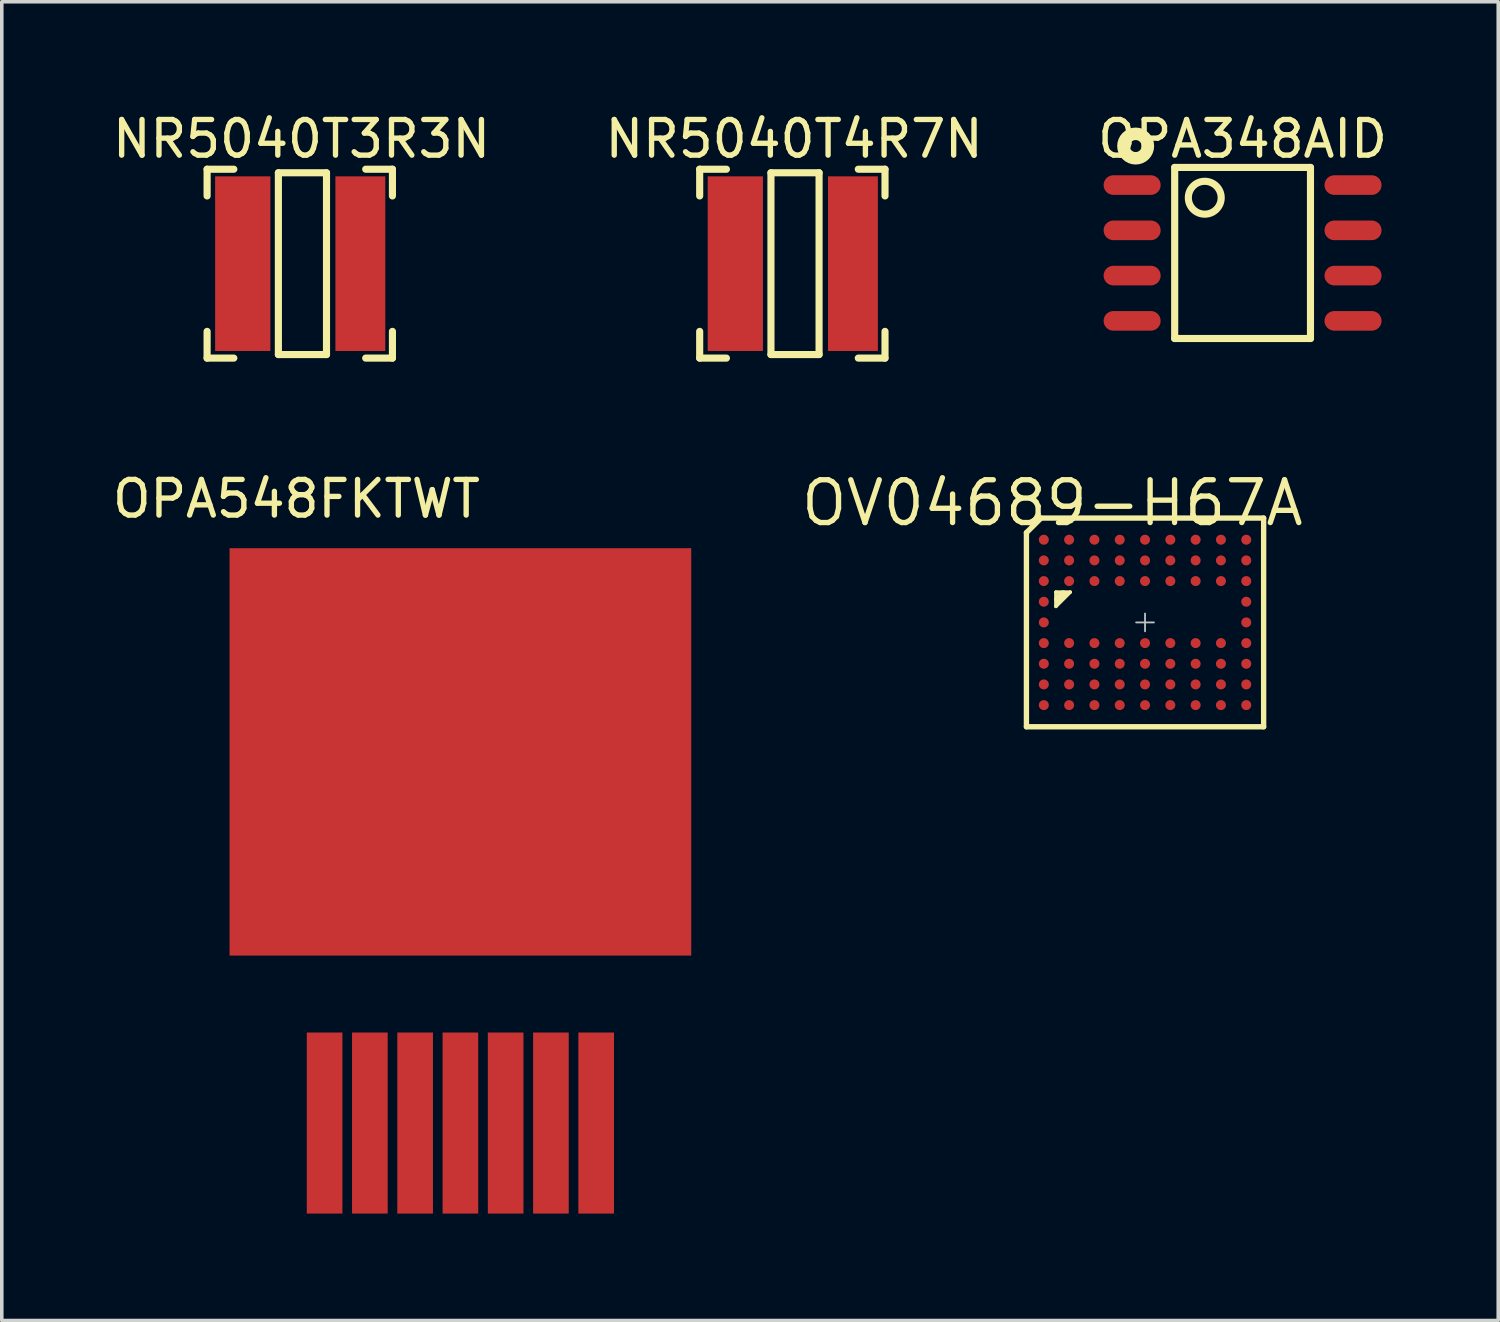
<source format=kicad_pcb>
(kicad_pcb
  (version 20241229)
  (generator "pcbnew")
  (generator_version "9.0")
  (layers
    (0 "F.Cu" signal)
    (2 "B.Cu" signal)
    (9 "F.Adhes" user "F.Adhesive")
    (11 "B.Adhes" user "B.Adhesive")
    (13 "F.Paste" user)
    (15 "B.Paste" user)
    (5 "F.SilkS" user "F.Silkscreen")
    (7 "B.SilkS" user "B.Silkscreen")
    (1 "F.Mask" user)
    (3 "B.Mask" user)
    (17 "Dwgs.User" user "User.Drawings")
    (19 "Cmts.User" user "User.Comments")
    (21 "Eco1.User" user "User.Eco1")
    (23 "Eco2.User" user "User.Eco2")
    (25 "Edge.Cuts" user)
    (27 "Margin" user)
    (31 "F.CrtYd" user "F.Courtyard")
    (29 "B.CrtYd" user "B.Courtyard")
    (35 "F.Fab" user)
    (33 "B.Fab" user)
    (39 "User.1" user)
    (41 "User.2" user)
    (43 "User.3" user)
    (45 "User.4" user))
  (footprint "OV04689-H67A"
    (layer "F.Cu")
    (at 29.078 14.414)
    (property "Reference" "OV04689-H67A" (at -2.6 -3.35 0) (layer "F.SilkS") (effects (font (size 1.2 1.2) (thickness 0.15))))
    (attr through_hole)
    (fp_line (start -3.328 -2.518) (end -3.328 2.928) (stroke (width 0.15) (type solid)) (layer "F.SilkS"))
    (fp_line (start -3.328 2.928) (end 3.328 2.928) (stroke (width 0.15) (type solid)) (layer "F.SilkS"))
    (fp_line (start -2.918 -2.928) (end -3.328 -2.518) (stroke (width 0.15) (type solid)) (layer "F.SilkS"))
    (fp_line (start -2.5 -0.85) (end -2.5 -0.45) (stroke (width 0.1) (type solid)) (layer "F.SilkS"))
    (fp_line (start -2.5 -0.85) (end -2.1 -0.85) (stroke (width 0.1) (type solid)) (layer "F.SilkS"))
    (fp_line (start -2.3 -0.8) (end -2.45 -0.65) (stroke (width 0.2) (type solid)) (layer "F.SilkS"))
    (fp_line (start -2.1 -0.85) (end -2.5 -0.45) (stroke (width 0.1) (type solid)) (layer "F.SilkS"))
    (fp_line (start 3.328 -2.928) (end -2.918 -2.928) (stroke (width 0.15) (type solid)) (layer "F.SilkS"))
    (fp_line (start 3.328 2.928) (end 3.328 -2.928) (stroke (width 0.15) (type solid)) (layer "F.SilkS"))
    (fp_line (start -0.25 0) (end 0.25 0) (stroke (width 0.05) (type solid)) (layer "Dwgs.User"))
    (fp_line (start 0 -0.25) (end 0 0.25) (stroke (width 0.05) (type solid)) (layer "Dwgs.User"))
    (fp_line (start -0.43 0.11) (end -0.05 0.11) (stroke (width 0.05) (type solid)) (layer "Eco1.User"))
    (fp_line (start -0.23 -0.07) (end -0.23 0.31) (stroke (width 0.05) (type solid)) (layer "Eco1.User"))
    (pad "A1" smd circle (at -2.84 -2.32) (size 0.28 0.28) (layers "F.Cu" "F.Mask" "F.Paste"))
    (pad "A2" smd circle (at -2.13 -2.32) (size 0.28 0.28) (layers "F.Cu" "F.Mask" "F.Paste"))
    (pad "A3" smd circle (at -1.42 -2.32) (size 0.28 0.28) (layers "F.Cu" "F.Mask" "F.Paste"))
    (pad "A4" smd circle (at -0.71 -2.32) (size 0.28 0.28) (layers "F.Cu" "F.Mask" "F.Paste"))
    (pad "A5" smd circle (at 0 -2.32) (size 0.28 0.28) (layers "F.Cu" "F.Mask" "F.Paste"))
    (pad "A6" smd circle (at 0.71 -2.32) (size 0.28 0.28) (layers "F.Cu" "F.Mask" "F.Paste"))
    (pad "A7" smd circle (at 1.42 -2.32) (size 0.28 0.28) (layers "F.Cu" "F.Mask" "F.Paste"))
    (pad "A8" smd circle (at 2.13 -2.32) (size 0.28 0.28) (layers "F.Cu" "F.Mask" "F.Paste"))
    (pad "A9" smd circle (at 2.84 -2.32) (size 0.28 0.28) (layers "F.Cu" "F.Mask" "F.Paste"))
    (pad "B1" smd circle (at -2.84 -1.74) (size 0.28 0.28) (layers "F.Cu" "F.Mask" "F.Paste"))
    (pad "B2" smd circle (at -2.13 -1.74) (size 0.28 0.28) (layers "F.Cu" "F.Mask" "F.Paste"))
    (pad "B3" smd circle (at -1.42 -1.74) (size 0.28 0.28) (layers "F.Cu" "F.Mask" "F.Paste"))
    (pad "B4" smd circle (at -0.71 -1.74) (size 0.28 0.28) (layers "F.Cu" "F.Mask" "F.Paste"))
    (pad "B5" smd circle (at 0 -1.74) (size 0.28 0.28) (layers "F.Cu" "F.Mask" "F.Paste"))
    (pad "B6" smd circle (at 0.71 -1.74) (size 0.28 0.28) (layers "F.Cu" "F.Mask" "F.Paste"))
    (pad "B7" smd circle (at 1.42 -1.74) (size 0.28 0.28) (layers "F.Cu" "F.Mask" "F.Paste"))
    (pad "B8" smd circle (at 2.13 -1.74) (size 0.28 0.28) (layers "F.Cu" "F.Mask" "F.Paste"))
    (pad "B9" smd circle (at 2.84 -1.74) (size 0.28 0.28) (layers "F.Cu" "F.Mask" "F.Paste"))
    (pad "C1" smd circle (at -2.84 -1.16) (size 0.28 0.28) (layers "F.Cu" "F.Mask" "F.Paste"))
    (pad "C2" smd circle (at -2.13 -1.16) (size 0.28 0.28) (layers "F.Cu" "F.Mask" "F.Paste"))
    (pad "C3" smd circle (at -1.42 -1.16) (size 0.28 0.28) (layers "F.Cu" "F.Mask" "F.Paste"))
    (pad "C4" smd circle (at -0.71 -1.16) (size 0.28 0.28) (layers "F.Cu" "F.Mask" "F.Paste"))
    (pad "C5" smd circle (at 0 -1.16) (size 0.28 0.28) (layers "F.Cu" "F.Mask" "F.Paste"))
    (pad "C6" smd circle (at 0.71 -1.16) (size 0.28 0.28) (layers "F.Cu" "F.Mask" "F.Paste"))
    (pad "C7" smd circle (at 1.42 -1.16) (size 0.28 0.28) (layers "F.Cu" "F.Mask" "F.Paste"))
    (pad "C8" smd circle (at 2.13 -1.16) (size 0.28 0.28) (layers "F.Cu" "F.Mask" "F.Paste"))
    (pad "C9" smd circle (at 2.84 -1.16) (size 0.28 0.28) (layers "F.Cu" "F.Mask" "F.Paste"))
    (pad "D1" smd circle (at -2.84 -0.58) (size 0.28 0.28) (layers "F.Cu" "F.Mask" "F.Paste"))
    (pad "D9" smd circle (at 2.84 -0.58) (size 0.28 0.28) (layers "F.Cu" "F.Mask" "F.Paste"))
    (pad "E1" smd circle (at -2.84 0) (size 0.28 0.28) (layers "F.Cu" "F.Mask" "F.Paste"))
    (pad "E9" smd circle (at 2.84 0) (size 0.28 0.28) (layers "F.Cu" "F.Mask" "F.Paste"))
    (pad "F1" smd circle (at -2.84 0.58) (size 0.28 0.28) (layers "F.Cu" "F.Mask" "F.Paste"))
    (pad "F2" smd circle (at -2.13 0.58) (size 0.28 0.28) (layers "F.Cu" "F.Mask" "F.Paste"))
    (pad "F3" smd circle (at -1.42 0.58) (size 0.28 0.28) (layers "F.Cu" "F.Mask" "F.Paste"))
    (pad "F4" smd circle (at -0.71 0.58) (size 0.28 0.28) (layers "F.Cu" "F.Mask" "F.Paste"))
    (pad "F5" smd circle (at 0 0.58) (size 0.28 0.28) (layers "F.Cu" "F.Mask" "F.Paste"))
    (pad "F6" smd circle (at 0.71 0.58) (size 0.28 0.28) (layers "F.Cu" "F.Mask" "F.Paste"))
    (pad "F7" smd circle (at 1.42 0.58) (size 0.28 0.28) (layers "F.Cu" "F.Mask" "F.Paste"))
    (pad "F8" smd circle (at 2.13 0.58) (size 0.28 0.28) (layers "F.Cu" "F.Mask" "F.Paste"))
    (pad "F9" smd circle (at 2.84 0.58) (size 0.28 0.28) (layers "F.Cu" "F.Mask" "F.Paste"))
    (pad "G1" smd circle (at -2.84 1.16) (size 0.28 0.28) (layers "F.Cu" "F.Mask" "F.Paste"))
    (pad "G2" smd circle (at -2.13 1.16) (size 0.28 0.28) (layers "F.Cu" "F.Mask" "F.Paste"))
    (pad "G3" smd circle (at -1.42 1.16) (size 0.28 0.28) (layers "F.Cu" "F.Mask" "F.Paste"))
    (pad "G4" smd circle (at -0.71 1.16) (size 0.28 0.28) (layers "F.Cu" "F.Mask" "F.Paste"))
    (pad "G5" smd circle (at 0 1.16) (size 0.28 0.28) (layers "F.Cu" "F.Mask" "F.Paste"))
    (pad "G6" smd circle (at 0.71 1.16) (size 0.28 0.28) (layers "F.Cu" "F.Mask" "F.Paste"))
    (pad "G7" smd circle (at 1.42 1.16) (size 0.28 0.28) (layers "F.Cu" "F.Mask" "F.Paste"))
    (pad "G8" smd circle (at 2.13 1.16) (size 0.28 0.28) (layers "F.Cu" "F.Mask" "F.Paste"))
    (pad "G9" smd circle (at 2.84 1.16) (size 0.28 0.28) (layers "F.Cu" "F.Mask" "F.Paste"))
    (pad "H1" smd circle (at -2.84 1.74) (size 0.28 0.28) (layers "F.Cu" "F.Mask" "F.Paste"))
    (pad "H2" smd circle (at -2.13 1.74) (size 0.28 0.28) (layers "F.Cu" "F.Mask" "F.Paste"))
    (pad "H3" smd circle (at -1.42 1.74) (size 0.28 0.28) (layers "F.Cu" "F.Mask" "F.Paste"))
    (pad "H4" smd circle (at -0.71 1.74) (size 0.28 0.28) (layers "F.Cu" "F.Mask" "F.Paste"))
    (pad "H5" smd circle (at 0 1.74) (size 0.28 0.28) (layers "F.Cu" "F.Mask" "F.Paste"))
    (pad "H6" smd circle (at 0.71 1.74) (size 0.28 0.28) (layers "F.Cu" "F.Mask" "F.Paste"))
    (pad "H7" smd circle (at 1.42 1.74) (size 0.28 0.28) (layers "F.Cu" "F.Mask" "F.Paste"))
    (pad "H8" smd circle (at 2.13 1.74) (size 0.28 0.28) (layers "F.Cu" "F.Mask" "F.Paste"))
    (pad "H9" smd circle (at 2.84 1.74) (size 0.28 0.28) (layers "F.Cu" "F.Mask" "F.Paste"))
    (pad "J1" smd circle (at -2.84 2.32) (size 0.28 0.28) (layers "F.Cu" "F.Mask" "F.Paste"))
    (pad "J2" smd circle (at -2.13 2.32) (size 0.28 0.28) (layers "F.Cu" "F.Mask" "F.Paste"))
    (pad "J3" smd circle (at -1.42 2.32) (size 0.28 0.28) (layers "F.Cu" "F.Mask" "F.Paste"))
    (pad "J4" smd circle (at -0.71 2.32) (size 0.28 0.28) (layers "F.Cu" "F.Mask" "F.Paste"))
    (pad "J5" smd circle (at 0 2.32) (size 0.28 0.28) (layers "F.Cu" "F.Mask" "F.Paste"))
    (pad "J6" smd circle (at 0.71 2.32) (size 0.28 0.28) (layers "F.Cu" "F.Mask" "F.Paste"))
    (pad "J7" smd circle (at 1.42 2.32) (size 0.28 0.28) (layers "F.Cu" "F.Mask" "F.Paste"))
    (pad "J8" smd circle (at 2.13 2.32) (size 0.28 0.28) (layers "F.Cu" "F.Mask" "F.Paste"))
    (pad "J9" smd circle (at 2.84 2.32) (size 0.28 0.28) (layers "F.Cu" "F.Mask" "F.Paste")))
  (footprint "NR5040T3R3N"
    (layer "F.Cu")
    (at 5.411 4.348)
    (property "Reference" "NR5040T3R3N" (at 0 -3.5 0) (layer "F.SilkS") (effects (font (size 1 1) (thickness 0.15))))
    (attr through_hole)
    (fp_line (start -2.65 -2.65) (end -1.9 -2.65) (stroke (width 0.2) (type solid)) (layer "F.SilkS"))
    (fp_line (start -2.65 -1.9) (end -2.65 -2.65) (stroke (width 0.2) (type solid)) (layer "F.SilkS"))
    (fp_line (start -2.65 2.65) (end -2.65 1.9) (stroke (width 0.2) (type solid)) (layer "F.SilkS"))
    (fp_line (start -1.9 2.65) (end -2.65 2.65) (stroke (width 0.2) (type solid)) (layer "F.SilkS"))
    (fp_line (start -0.65 2.55) (end -0.65 -2.55) (stroke (width 0.2) (type solid)) (layer "F.SilkS"))
    (fp_line (start 0.7 -2.55) (end -0.65 -2.55) (stroke (width 0.2) (type solid)) (layer "F.SilkS"))
    (fp_line (start 0.7 2.55) (end -0.65 2.55) (stroke (width 0.2) (type solid)) (layer "F.SilkS"))
    (fp_line (start 0.7 2.55) (end 0.7 -2.55) (stroke (width 0.2) (type solid)) (layer "F.SilkS"))
    (fp_line (start 1.8 -2.65) (end 2.55 -2.65) (stroke (width 0.2) (type solid)) (layer "F.SilkS"))
    (fp_line (start 2.55 -2.65) (end 2.55 -1.9) (stroke (width 0.2) (type solid)) (layer "F.SilkS"))
    (fp_line (start 2.55 1.9) (end 2.55 2.65) (stroke (width 0.2) (type solid)) (layer "F.SilkS"))
    (fp_line (start 2.55 2.65) (end 1.8 2.65) (stroke (width 0.2) (type solid)) (layer "F.SilkS"))
    (pad "1" smd rect (at -1.65 0) (size 1.55 4.9) (layers "F.Cu" "F.Mask" "F.Paste"))
    (pad "2" smd rect (at 1.65 0) (size 1.4 4.9) (layers "F.Cu" "F.Mask" "F.Paste")))
  (footprint "NR5040T4R7N"
    (layer "F.Cu")
    (at 19.232 4.348)
    (property "Reference" "NR5040T4R7N" (at 0 -3.5 0) (layer "F.SilkS") (effects (font (size 1 1) (thickness 0.15))))
    (attr through_hole)
    (fp_line (start -2.65 -2.65) (end -1.9 -2.65) (stroke (width 0.2) (type solid)) (layer "F.SilkS"))
    (fp_line (start -2.65 -1.9) (end -2.65 -2.65) (stroke (width 0.2) (type solid)) (layer "F.SilkS"))
    (fp_line (start -2.65 2.65) (end -2.65 1.9) (stroke (width 0.2) (type solid)) (layer "F.SilkS"))
    (fp_line (start -1.9 2.65) (end -2.65 2.65) (stroke (width 0.2) (type solid)) (layer "F.SilkS"))
    (fp_line (start -0.65 2.55) (end -0.65 -2.55) (stroke (width 0.2) (type solid)) (layer "F.SilkS"))
    (fp_line (start 0.7 -2.55) (end -0.65 -2.55) (stroke (width 0.2) (type solid)) (layer "F.SilkS"))
    (fp_line (start 0.7 2.55) (end -0.65 2.55) (stroke (width 0.2) (type solid)) (layer "F.SilkS"))
    (fp_line (start 0.7 2.55) (end 0.7 -2.55) (stroke (width 0.2) (type solid)) (layer "F.SilkS"))
    (fp_line (start 1.8 -2.65) (end 2.55 -2.65) (stroke (width 0.2) (type solid)) (layer "F.SilkS"))
    (fp_line (start 2.55 -2.65) (end 2.55 -1.9) (stroke (width 0.2) (type solid)) (layer "F.SilkS"))
    (fp_line (start 2.55 1.9) (end 2.55 2.65) (stroke (width 0.2) (type solid)) (layer "F.SilkS"))
    (fp_line (start 2.55 2.65) (end 1.8 2.65) (stroke (width 0.2) (type solid)) (layer "F.SilkS"))
    (pad "1" smd rect (at -1.65 0) (size 1.55 4.9) (layers "F.Cu" "F.Mask" "F.Paste"))
    (pad "2" smd rect (at 1.65 0) (size 1.4 4.9) (layers "F.Cu" "F.Mask" "F.Paste")))
  (footprint "OPA348AID"
    (layer "F.Cu")
    (at 31.815 4.048)
    (property "Reference" "OPA348AID" (at 0 -3.2 0) (layer "F.SilkS") (effects (font (size 1 1) (thickness 0.15))))
    (attr through_hole)
    (fp_line (start -1.905 -2.4) (end -1.905 2.4) (stroke (width 0.2) (type solid)) (layer "F.SilkS"))
    (fp_line (start -1.905 -2.4) (end 1.905 -2.4) (stroke (width 0.2) (type solid)) (layer "F.SilkS"))
    (fp_line (start -1.905 2.4) (end 1.905 2.4) (stroke (width 0.2) (type solid)) (layer "F.SilkS"))
    (fp_line (start 1.905 -2.4) (end 1.905 2.4) (stroke (width 0.2) (type solid)) (layer "F.SilkS"))
    (fp_circle (center -3 -3) (end -2.95 -2.839) (stroke (width 0.35) (type solid)) (fill no) (layer "F.SilkS"))
    (fp_circle (center -1.061 -1.55) (end -0.711 -1.25) (stroke (width 0.2) (type solid)) (fill no) (layer "F.SilkS"))
    (pad "1" smd oval (at -3.099 -1.905 90) (size 0.55 1.6) (layers "F.Cu" "F.Mask" "F.Paste"))
    (pad "2" smd oval (at -3.099 -0.635 90) (size 0.55 1.6) (layers "F.Cu" "F.Mask" "F.Paste"))
    (pad "3" smd oval (at -3.099 0.635 90) (size 0.55 1.6) (layers "F.Cu" "F.Mask" "F.Paste"))
    (pad "4" smd oval (at -3.099 1.905 90) (size 0.55 1.6) (layers "F.Cu" "F.Mask" "F.Paste"))
    (pad "5" smd oval (at 3.099 1.905 90) (size 0.55 1.6) (layers "F.Cu" "F.Mask" "F.Paste"))
    (pad "6" smd oval (at 3.099 0.635 90) (size 0.55 1.6) (layers "F.Cu" "F.Mask" "F.Paste"))
    (pad "7" smd oval (at 3.099 -0.635 90) (size 0.55 1.6) (layers "F.Cu" "F.Mask" "F.Paste"))
    (pad "8" smd oval (at 3.099 -1.905 90) (size 0.55 1.6) (layers "F.Cu" "F.Mask" "F.Paste")))
  (footprint "OPA548FKTWT"
    (layer "F.Cu")
    (at 9.868 18.047)
    (property "Reference" "OPA548FKTWT" (at -4.6 -7.1 0) (layer "F.SilkS") (effects (font (size 1 1) (thickness 0.15))))
    (attr through_hole)
    (pad "1" smd rect (at -3.81 10.414) (size 1 5.08) (layers "F.Cu" "F.Mask" "F.Paste"))
    (pad "2" smd rect (at -2.54 10.414) (size 1 5.08) (layers "F.Cu" "F.Mask" "F.Paste"))
    (pad "3" smd rect (at -1.27 10.414) (size 1 5.08) (layers "F.Cu" "F.Mask" "F.Paste"))
    (pad "4" smd rect (at 0 10.414) (size 1 5.08) (layers "F.Cu" "F.Mask" "F.Paste"))
    (pad "5" smd rect (at 1.27 10.414) (size 1 5.08) (layers "F.Cu" "F.Mask" "F.Paste"))
    (pad "6" smd rect (at 2.54 10.414) (size 1 5.08) (layers "F.Cu" "F.Mask" "F.Paste"))
    (pad "7" smd rect (at 3.81 10.414) (size 1 5.08) (layers "F.Cu" "F.Mask" "F.Paste"))
    (pad "8" smd rect (at 0 0) (size 12.954 11.43) (layers "F.Cu" "F.Mask" "F.Paste")))
  (gr_rect
    (start -3 -3)
    (end 38.988 34.001)
    (stroke (width 0.1) (type default))
    (fill no)
    (layer "Edge.Cuts")))
</source>
